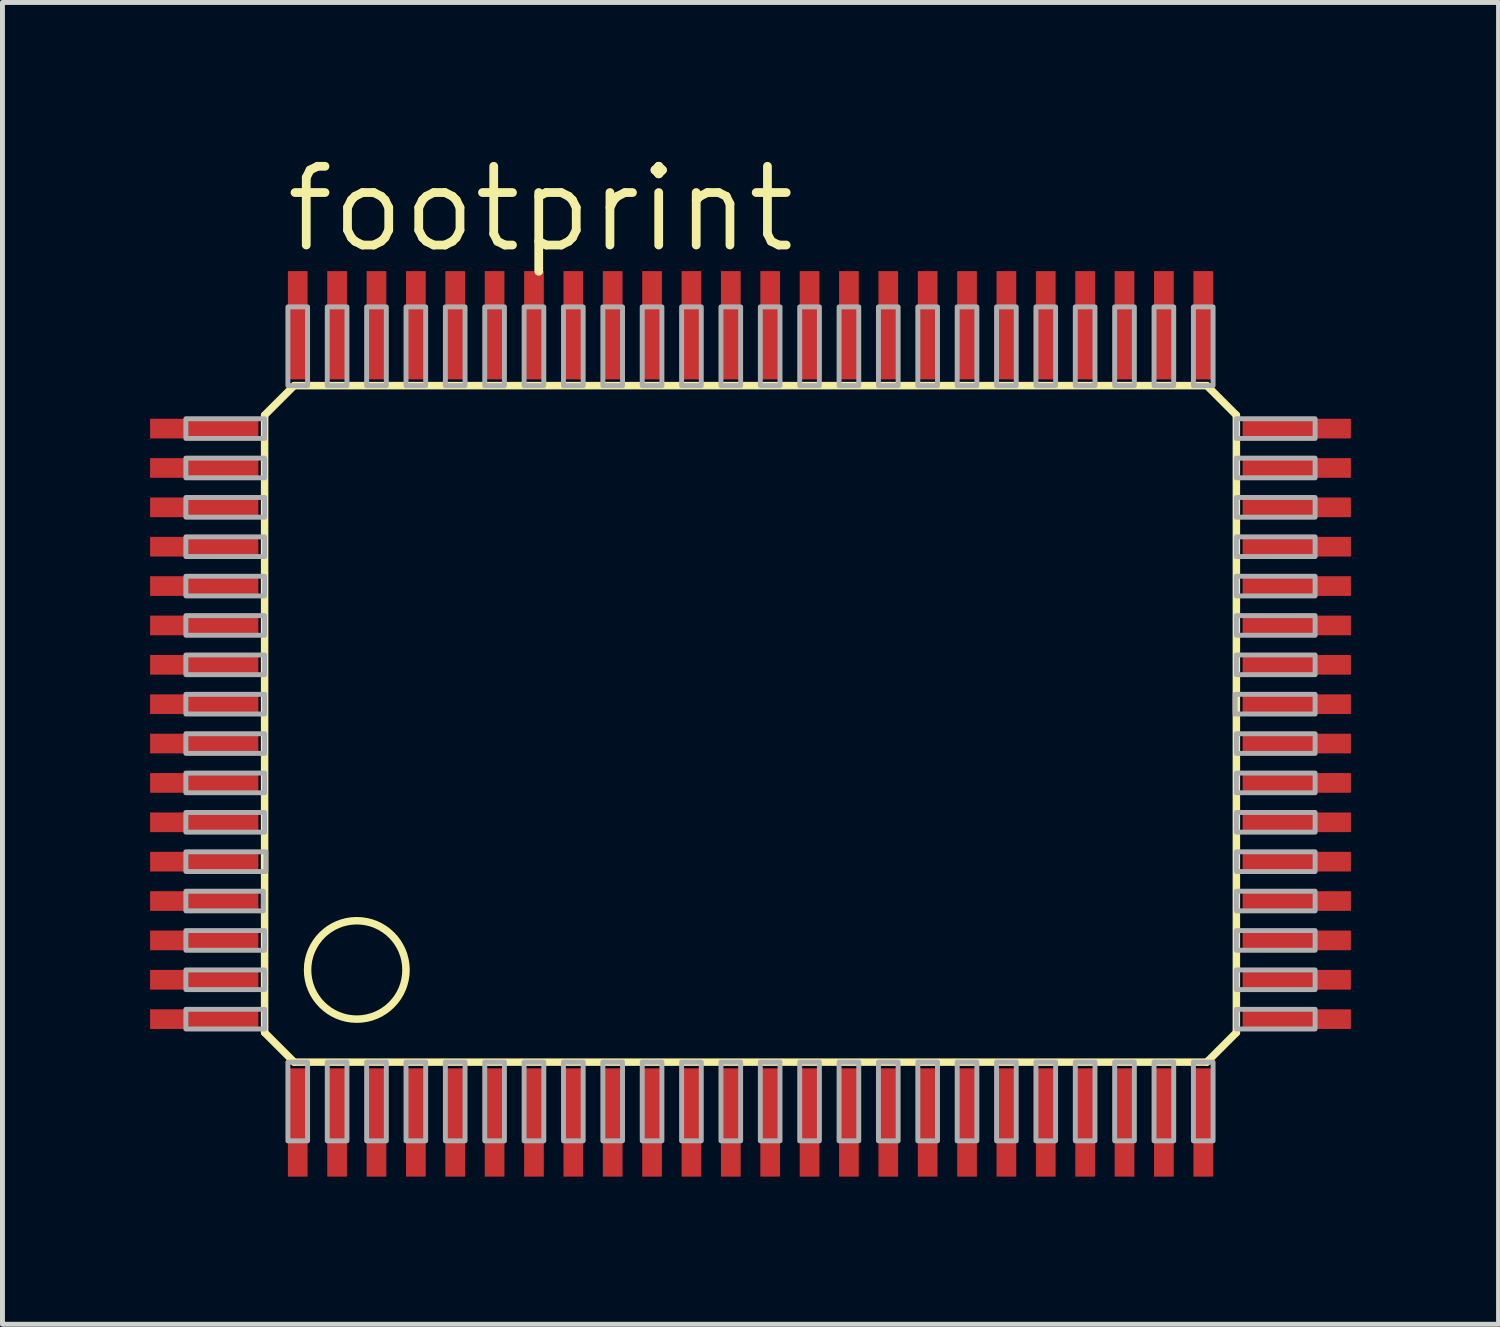
<source format=kicad_pcb>
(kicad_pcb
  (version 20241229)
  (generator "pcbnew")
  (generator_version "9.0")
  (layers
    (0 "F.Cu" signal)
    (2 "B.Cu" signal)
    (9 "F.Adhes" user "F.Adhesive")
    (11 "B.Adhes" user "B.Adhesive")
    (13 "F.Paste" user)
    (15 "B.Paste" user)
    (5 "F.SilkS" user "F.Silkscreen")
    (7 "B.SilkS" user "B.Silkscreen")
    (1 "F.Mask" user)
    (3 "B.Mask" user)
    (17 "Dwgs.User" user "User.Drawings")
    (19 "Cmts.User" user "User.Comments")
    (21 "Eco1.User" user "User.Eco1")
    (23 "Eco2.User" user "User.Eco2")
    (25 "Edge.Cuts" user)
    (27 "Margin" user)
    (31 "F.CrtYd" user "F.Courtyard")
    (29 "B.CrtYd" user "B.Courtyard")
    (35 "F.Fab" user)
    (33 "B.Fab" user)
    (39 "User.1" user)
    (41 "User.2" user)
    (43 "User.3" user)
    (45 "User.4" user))
  (footprint "footprint"
    (layer "F.Cu")
    (at 12.2 11.659)
    (property "Reference" "footprint" (at -9.525 -9.525 0) (layer "F.SilkS") (effects (font (size 1.6 1.6) (thickness 0.178)) (justify left bottom)))
    (fp_line (start -9.873 -6.273) (end -9.273 -6.873) (stroke (width 0.152) (type solid)) (layer "F.SilkS"))
    (fp_line (start -9.873 6.273) (end -9.873 -6.273) (stroke (width 0.152) (type solid)) (layer "F.SilkS"))
    (fp_line (start -9.273 -6.873) (end 9.273 -6.873) (stroke (width 0.152) (type solid)) (layer "F.SilkS"))
    (fp_line (start -9.273 6.873) (end -9.873 6.273) (stroke (width 0.152) (type solid)) (layer "F.SilkS"))
    (fp_line (start 9.273 -6.873) (end 9.873 -6.273) (stroke (width 0.152) (type solid)) (layer "F.SilkS"))
    (fp_line (start 9.273 6.873) (end -9.273 6.873) (stroke (width 0.152) (type solid)) (layer "F.SilkS"))
    (fp_line (start 9.873 -6.273) (end 9.873 6.273) (stroke (width 0.152) (type solid)) (layer "F.SilkS"))
    (fp_line (start 9.873 6.273) (end 9.273 6.873) (stroke (width 0.152) (type solid)) (layer "F.SilkS"))
    (fp_circle (center -8 5) (end -7 5) (stroke (width 0.152) (type solid)) (fill no) (layer "F.SilkS"))
    (fp_poly (pts (xy -11.473 -5.8) (xy -9.873 -5.8) (xy -9.873 -6.2) (xy -11.473 -6.2)) (stroke (width 0.1) (type solid)) (fill no) (layer "F.Fab"))
    (fp_poly (pts (xy -11.473 -5) (xy -9.873 -5) (xy -9.873 -5.4) (xy -11.473 -5.4)) (stroke (width 0.1) (type solid)) (fill no) (layer "F.Fab"))
    (fp_poly (pts (xy -11.473 -4.2) (xy -9.873 -4.2) (xy -9.873 -4.6) (xy -11.473 -4.6)) (stroke (width 0.1) (type solid)) (fill no) (layer "F.Fab"))
    (fp_poly (pts (xy -11.473 -3.4) (xy -9.873 -3.4) (xy -9.873 -3.8) (xy -11.473 -3.8)) (stroke (width 0.1) (type solid)) (fill no) (layer "F.Fab"))
    (fp_poly (pts (xy -11.473 -2.6) (xy -9.873 -2.6) (xy -9.873 -3) (xy -11.473 -3)) (stroke (width 0.1) (type solid)) (fill no) (layer "F.Fab"))
    (fp_poly (pts (xy -11.473 -1.8) (xy -9.873 -1.8) (xy -9.873 -2.2) (xy -11.473 -2.2)) (stroke (width 0.1) (type solid)) (fill no) (layer "F.Fab"))
    (fp_poly (pts (xy -11.473 -1) (xy -9.873 -1) (xy -9.873 -1.4) (xy -11.473 -1.4)) (stroke (width 0.1) (type solid)) (fill no) (layer "F.Fab"))
    (fp_poly (pts (xy -11.473 -0.2) (xy -9.873 -0.2) (xy -9.873 -0.6) (xy -11.473 -0.6)) (stroke (width 0.1) (type solid)) (fill no) (layer "F.Fab"))
    (fp_poly (pts (xy -11.473 0.6) (xy -9.873 0.6) (xy -9.873 0.2) (xy -11.473 0.2)) (stroke (width 0.1) (type solid)) (fill no) (layer "F.Fab"))
    (fp_poly (pts (xy -11.473 1.4) (xy -9.873 1.4) (xy -9.873 1) (xy -11.473 1)) (stroke (width 0.1) (type solid)) (fill no) (layer "F.Fab"))
    (fp_poly (pts (xy -11.473 2.2) (xy -9.873 2.2) (xy -9.873 1.8) (xy -11.473 1.8)) (stroke (width 0.1) (type solid)) (fill no) (layer "F.Fab"))
    (fp_poly (pts (xy -11.473 3) (xy -9.848 3) (xy -9.848 2.6) (xy -11.473 2.6)) (stroke (width 0.1) (type solid)) (fill no) (layer "F.Fab"))
    (fp_poly (pts (xy -11.473 3.8) (xy -9.898 3.8) (xy -9.898 3.4) (xy -11.473 3.4)) (stroke (width 0.1) (type solid)) (fill no) (layer "F.Fab"))
    (fp_poly (pts (xy -11.473 4.6) (xy -9.873 4.6) (xy -9.873 4.2) (xy -11.473 4.2)) (stroke (width 0.1) (type solid)) (fill no) (layer "F.Fab"))
    (fp_poly (pts (xy -11.473 5.4) (xy -9.873 5.4) (xy -9.873 5) (xy -11.473 5)) (stroke (width 0.1) (type solid)) (fill no) (layer "F.Fab"))
    (fp_poly (pts (xy -11.473 6.2) (xy -9.873 6.2) (xy -9.873 5.8) (xy -11.473 5.8)) (stroke (width 0.1) (type solid)) (fill no) (layer "F.Fab"))
    (fp_poly (pts (xy -9.4 -6.873) (xy -9 -6.873) (xy -9 -8.473) (xy -9.4 -8.473)) (stroke (width 0.1) (type solid)) (fill no) (layer "F.Fab"))
    (fp_poly (pts (xy -9.4 8.473) (xy -9 8.473) (xy -9 6.873) (xy -9.4 6.873)) (stroke (width 0.1) (type solid)) (fill no) (layer "F.Fab"))
    (fp_poly (pts (xy -8.6 -6.873) (xy -8.2 -6.873) (xy -8.2 -8.473) (xy -8.6 -8.473)) (stroke (width 0.1) (type solid)) (fill no) (layer "F.Fab"))
    (fp_poly (pts (xy -8.6 8.473) (xy -8.2 8.473) (xy -8.2 6.873) (xy -8.6 6.873)) (stroke (width 0.1) (type solid)) (fill no) (layer "F.Fab"))
    (fp_poly (pts (xy -7.8 -6.873) (xy -7.4 -6.873) (xy -7.4 -8.473) (xy -7.8 -8.473)) (stroke (width 0.1) (type solid)) (fill no) (layer "F.Fab"))
    (fp_poly (pts (xy -7.8 8.473) (xy -7.4 8.473) (xy -7.4 6.873) (xy -7.8 6.873)) (stroke (width 0.1) (type solid)) (fill no) (layer "F.Fab"))
    (fp_poly (pts (xy -7 -6.873) (xy -6.6 -6.873) (xy -6.6 -8.473) (xy -7 -8.473)) (stroke (width 0.1) (type solid)) (fill no) (layer "F.Fab"))
    (fp_poly (pts (xy -7 8.473) (xy -6.6 8.473) (xy -6.6 6.873) (xy -7 6.873)) (stroke (width 0.1) (type solid)) (fill no) (layer "F.Fab"))
    (fp_poly (pts (xy -6.2 -6.873) (xy -5.8 -6.873) (xy -5.8 -8.473) (xy -6.2 -8.473)) (stroke (width 0.1) (type solid)) (fill no) (layer "F.Fab"))
    (fp_poly (pts (xy -6.2 8.473) (xy -5.8 8.473) (xy -5.8 6.873) (xy -6.2 6.873)) (stroke (width 0.1) (type solid)) (fill no) (layer "F.Fab"))
    (fp_poly (pts (xy -5.4 -6.873) (xy -5 -6.873) (xy -5 -8.473) (xy -5.4 -8.473)) (stroke (width 0.1) (type solid)) (fill no) (layer "F.Fab"))
    (fp_poly (pts (xy -5.4 8.473) (xy -5 8.473) (xy -5 6.873) (xy -5.4 6.873)) (stroke (width 0.1) (type solid)) (fill no) (layer "F.Fab"))
    (fp_poly (pts (xy -4.6 -6.873) (xy -4.2 -6.873) (xy -4.2 -8.473) (xy -4.6 -8.473)) (stroke (width 0.1) (type solid)) (fill no) (layer "F.Fab"))
    (fp_poly (pts (xy -4.6 8.473) (xy -4.2 8.473) (xy -4.2 6.873) (xy -4.6 6.873)) (stroke (width 0.1) (type solid)) (fill no) (layer "F.Fab"))
    (fp_poly (pts (xy -3.8 -6.873) (xy -3.4 -6.873) (xy -3.4 -8.473) (xy -3.8 -8.473)) (stroke (width 0.1) (type solid)) (fill no) (layer "F.Fab"))
    (fp_poly (pts (xy -3.8 8.473) (xy -3.4 8.473) (xy -3.4 6.873) (xy -3.8 6.873)) (stroke (width 0.1) (type solid)) (fill no) (layer "F.Fab"))
    (fp_poly (pts (xy -3 -6.873) (xy -2.6 -6.873) (xy -2.6 -8.473) (xy -3 -8.473)) (stroke (width 0.1) (type solid)) (fill no) (layer "F.Fab"))
    (fp_poly (pts (xy -3 8.473) (xy -2.6 8.473) (xy -2.6 6.873) (xy -3 6.873)) (stroke (width 0.1) (type solid)) (fill no) (layer "F.Fab"))
    (fp_poly (pts (xy -2.2 -6.873) (xy -1.8 -6.873) (xy -1.8 -8.473) (xy -2.2 -8.473)) (stroke (width 0.1) (type solid)) (fill no) (layer "F.Fab"))
    (fp_poly (pts (xy -2.2 8.473) (xy -1.8 8.473) (xy -1.8 6.873) (xy -2.2 6.873)) (stroke (width 0.1) (type solid)) (fill no) (layer "F.Fab"))
    (fp_poly (pts (xy -1.4 -6.873) (xy -1 -6.873) (xy -1 -8.473) (xy -1.4 -8.473)) (stroke (width 0.1) (type solid)) (fill no) (layer "F.Fab"))
    (fp_poly (pts (xy -1.4 8.473) (xy -1 8.473) (xy -1 6.873) (xy -1.4 6.873)) (stroke (width 0.1) (type solid)) (fill no) (layer "F.Fab"))
    (fp_poly (pts (xy -0.6 -6.873) (xy -0.2 -6.873) (xy -0.2 -8.473) (xy -0.6 -8.473)) (stroke (width 0.1) (type solid)) (fill no) (layer "F.Fab"))
    (fp_poly (pts (xy -0.6 8.473) (xy -0.2 8.473) (xy -0.2 6.873) (xy -0.6 6.873)) (stroke (width 0.1) (type solid)) (fill no) (layer "F.Fab"))
    (fp_poly (pts (xy 0.2 -6.873) (xy 0.6 -6.873) (xy 0.6 -8.473) (xy 0.2 -8.473)) (stroke (width 0.1) (type solid)) (fill no) (layer "F.Fab"))
    (fp_poly (pts (xy 0.2 8.473) (xy 0.6 8.473) (xy 0.6 6.873) (xy 0.2 6.873)) (stroke (width 0.1) (type solid)) (fill no) (layer "F.Fab"))
    (fp_poly (pts (xy 1 -6.873) (xy 1.4 -6.873) (xy 1.4 -8.473) (xy 1 -8.473)) (stroke (width 0.1) (type solid)) (fill no) (layer "F.Fab"))
    (fp_poly (pts (xy 1 8.473) (xy 1.4 8.473) (xy 1.4 6.873) (xy 1 6.873)) (stroke (width 0.1) (type solid)) (fill no) (layer "F.Fab"))
    (fp_poly (pts (xy 1.8 -6.873) (xy 2.2 -6.873) (xy 2.2 -8.473) (xy 1.8 -8.473)) (stroke (width 0.1) (type solid)) (fill no) (layer "F.Fab"))
    (fp_poly (pts (xy 1.8 8.473) (xy 2.2 8.473) (xy 2.2 6.873) (xy 1.8 6.873)) (stroke (width 0.1) (type solid)) (fill no) (layer "F.Fab"))
    (fp_poly (pts (xy 2.6 -6.873) (xy 3 -6.873) (xy 3 -8.473) (xy 2.6 -8.473)) (stroke (width 0.1) (type solid)) (fill no) (layer "F.Fab"))
    (fp_poly (pts (xy 2.6 8.473) (xy 3 8.473) (xy 3 6.873) (xy 2.6 6.873)) (stroke (width 0.1) (type solid)) (fill no) (layer "F.Fab"))
    (fp_poly (pts (xy 3.4 -6.873) (xy 3.8 -6.873) (xy 3.8 -8.473) (xy 3.4 -8.473)) (stroke (width 0.1) (type solid)) (fill no) (layer "F.Fab"))
    (fp_poly (pts (xy 3.4 8.473) (xy 3.8 8.473) (xy 3.8 6.873) (xy 3.4 6.873)) (stroke (width 0.1) (type solid)) (fill no) (layer "F.Fab"))
    (fp_poly (pts (xy 4.2 -6.873) (xy 4.6 -6.873) (xy 4.6 -8.473) (xy 4.2 -8.473)) (stroke (width 0.1) (type solid)) (fill no) (layer "F.Fab"))
    (fp_poly (pts (xy 4.2 8.473) (xy 4.6 8.473) (xy 4.6 6.873) (xy 4.2 6.873)) (stroke (width 0.1) (type solid)) (fill no) (layer "F.Fab"))
    (fp_poly (pts (xy 5 -6.873) (xy 5.4 -6.873) (xy 5.4 -8.473) (xy 5 -8.473)) (stroke (width 0.1) (type solid)) (fill no) (layer "F.Fab"))
    (fp_poly (pts (xy 5 8.473) (xy 5.4 8.473) (xy 5.4 6.873) (xy 5 6.873)) (stroke (width 0.1) (type solid)) (fill no) (layer "F.Fab"))
    (fp_poly (pts (xy 5.8 -6.873) (xy 6.2 -6.873) (xy 6.2 -8.473) (xy 5.8 -8.473)) (stroke (width 0.1) (type solid)) (fill no) (layer "F.Fab"))
    (fp_poly (pts (xy 5.8 8.473) (xy 6.2 8.473) (xy 6.2 6.873) (xy 5.8 6.873)) (stroke (width 0.1) (type solid)) (fill no) (layer "F.Fab"))
    (fp_poly (pts (xy 6.6 -6.873) (xy 7 -6.873) (xy 7 -8.473) (xy 6.6 -8.473)) (stroke (width 0.1) (type solid)) (fill no) (layer "F.Fab"))
    (fp_poly (pts (xy 6.6 8.473) (xy 7 8.473) (xy 7 6.873) (xy 6.6 6.873)) (stroke (width 0.1) (type solid)) (fill no) (layer "F.Fab"))
    (fp_poly (pts (xy 7.4 -6.873) (xy 7.8 -6.873) (xy 7.8 -8.473) (xy 7.4 -8.473)) (stroke (width 0.1) (type solid)) (fill no) (layer "F.Fab"))
    (fp_poly (pts (xy 7.4 8.473) (xy 7.8 8.473) (xy 7.8 6.873) (xy 7.4 6.873)) (stroke (width 0.1) (type solid)) (fill no) (layer "F.Fab"))
    (fp_poly (pts (xy 8.2 -6.873) (xy 8.6 -6.873) (xy 8.6 -8.473) (xy 8.2 -8.473)) (stroke (width 0.1) (type solid)) (fill no) (layer "F.Fab"))
    (fp_poly (pts (xy 8.2 8.473) (xy 8.6 8.473) (xy 8.6 6.873) (xy 8.2 6.873)) (stroke (width 0.1) (type solid)) (fill no) (layer "F.Fab"))
    (fp_poly (pts (xy 9 -6.873) (xy 9.4 -6.873) (xy 9.4 -8.473) (xy 9 -8.473)) (stroke (width 0.1) (type solid)) (fill no) (layer "F.Fab"))
    (fp_poly (pts (xy 9 8.473) (xy 9.4 8.473) (xy 9.4 6.873) (xy 9 6.873)) (stroke (width 0.1) (type solid)) (fill no) (layer "F.Fab"))
    (fp_poly (pts (xy 9.848 -0.2) (xy 11.473 -0.2) (xy 11.473 -0.6) (xy 9.848 -0.6)) (stroke (width 0.1) (type solid)) (fill no) (layer "F.Fab"))
    (fp_poly (pts (xy 9.873 -5.8) (xy 11.473 -5.8) (xy 11.473 -6.2) (xy 9.873 -6.2)) (stroke (width 0.1) (type solid)) (fill no) (layer "F.Fab"))
    (fp_poly (pts (xy 9.873 -5) (xy 11.473 -5) (xy 11.473 -5.4) (xy 9.873 -5.4)) (stroke (width 0.1) (type solid)) (fill no) (layer "F.Fab"))
    (fp_poly (pts (xy 9.873 -4.2) (xy 11.473 -4.2) (xy 11.473 -4.6) (xy 9.873 -4.6)) (stroke (width 0.1) (type solid)) (fill no) (layer "F.Fab"))
    (fp_poly (pts (xy 9.873 -3.4) (xy 11.473 -3.4) (xy 11.473 -3.8) (xy 9.873 -3.8)) (stroke (width 0.1) (type solid)) (fill no) (layer "F.Fab"))
    (fp_poly (pts (xy 9.873 -2.6) (xy 11.473 -2.6) (xy 11.473 -3) (xy 9.873 -3)) (stroke (width 0.1) (type solid)) (fill no) (layer "F.Fab"))
    (fp_poly (pts (xy 9.873 -1.8) (xy 11.473 -1.8) (xy 11.473 -2.2) (xy 9.873 -2.2)) (stroke (width 0.1) (type solid)) (fill no) (layer "F.Fab"))
    (fp_poly (pts (xy 9.873 -1) (xy 11.473 -1) (xy 11.473 -1.4) (xy 9.873 -1.4)) (stroke (width 0.1) (type solid)) (fill no) (layer "F.Fab"))
    (fp_poly (pts (xy 9.873 0.6) (xy 11.473 0.6) (xy 11.473 0.2) (xy 9.873 0.2)) (stroke (width 0.1) (type solid)) (fill no) (layer "F.Fab"))
    (fp_poly (pts (xy 9.873 1.4) (xy 11.473 1.4) (xy 11.473 1) (xy 9.873 1)) (stroke (width 0.1) (type solid)) (fill no) (layer "F.Fab"))
    (fp_poly (pts (xy 9.873 2.2) (xy 11.473 2.2) (xy 11.473 1.8) (xy 9.873 1.8)) (stroke (width 0.1) (type solid)) (fill no) (layer "F.Fab"))
    (fp_poly (pts (xy 9.873 3) (xy 11.473 3) (xy 11.473 2.6) (xy 9.873 2.6)) (stroke (width 0.1) (type solid)) (fill no) (layer "F.Fab"))
    (fp_poly (pts (xy 9.873 3.8) (xy 11.473 3.8) (xy 11.473 3.4) (xy 9.873 3.4)) (stroke (width 0.1) (type solid)) (fill no) (layer "F.Fab"))
    (fp_poly (pts (xy 9.873 4.6) (xy 11.473 4.6) (xy 11.473 4.2) (xy 9.873 4.2)) (stroke (width 0.1) (type solid)) (fill no) (layer "F.Fab"))
    (fp_poly (pts (xy 9.873 5.4) (xy 11.473 5.4) (xy 11.473 5) (xy 9.873 5)) (stroke (width 0.1) (type solid)) (fill no) (layer "F.Fab"))
    (fp_poly (pts (xy 9.873 6.2) (xy 11.473 6.2) (xy 11.473 5.8) (xy 9.873 5.8)) (stroke (width 0.1) (type solid)) (fill no) (layer "F.Fab"))
    (pad "1" smd rect (at -9.2 8.1) (size 0.4 2.2) (layers "F.Cu" "F.Mask" "F.Paste"))
    (pad "2" smd rect (at -8.4 8.1) (size 0.4 2.2) (layers "F.Cu" "F.Mask" "F.Paste"))
    (pad "3" smd rect (at -7.6 8.1) (size 0.4 2.2) (layers "F.Cu" "F.Mask" "F.Paste"))
    (pad "4" smd rect (at -6.8 8.1) (size 0.4 2.2) (layers "F.Cu" "F.Mask" "F.Paste"))
    (pad "5" smd rect (at -6 8.1) (size 0.4 2.2) (layers "F.Cu" "F.Mask" "F.Paste"))
    (pad "6" smd rect (at -5.2 8.1) (size 0.4 2.2) (layers "F.Cu" "F.Mask" "F.Paste"))
    (pad "7" smd rect (at -4.4 8.1) (size 0.4 2.2) (layers "F.Cu" "F.Mask" "F.Paste"))
    (pad "8" smd rect (at -3.6 8.1) (size 0.4 2.2) (layers "F.Cu" "F.Mask" "F.Paste"))
    (pad "9" smd rect (at -2.8 8.1) (size 0.4 2.2) (layers "F.Cu" "F.Mask" "F.Paste"))
    (pad "10" smd rect (at -2 8.1) (size 0.4 2.2) (layers "F.Cu" "F.Mask" "F.Paste"))
    (pad "11" smd rect (at -1.2 8.1) (size 0.4 2.2) (layers "F.Cu" "F.Mask" "F.Paste"))
    (pad "12" smd rect (at -0.4 8.1) (size 0.4 2.2) (layers "F.Cu" "F.Mask" "F.Paste"))
    (pad "13" smd rect (at 0.4 8.1) (size 0.4 2.2) (layers "F.Cu" "F.Mask" "F.Paste"))
    (pad "14" smd rect (at 1.2 8.1) (size 0.4 2.2) (layers "F.Cu" "F.Mask" "F.Paste"))
    (pad "15" smd rect (at 2 8.1) (size 0.4 2.2) (layers "F.Cu" "F.Mask" "F.Paste"))
    (pad "16" smd rect (at 2.8 8.1) (size 0.4 2.2) (layers "F.Cu" "F.Mask" "F.Paste"))
    (pad "17" smd rect (at 3.6 8.1) (size 0.4 2.2) (layers "F.Cu" "F.Mask" "F.Paste"))
    (pad "18" smd rect (at 4.4 8.1) (size 0.4 2.2) (layers "F.Cu" "F.Mask" "F.Paste"))
    (pad "19" smd rect (at 5.2 8.1) (size 0.4 2.2) (layers "F.Cu" "F.Mask" "F.Paste"))
    (pad "20" smd rect (at 6 8.1) (size 0.4 2.2) (layers "F.Cu" "F.Mask" "F.Paste"))
    (pad "21" smd rect (at 6.8 8.1) (size 0.4 2.2) (layers "F.Cu" "F.Mask" "F.Paste"))
    (pad "22" smd rect (at 7.6 8.1) (size 0.4 2.2) (layers "F.Cu" "F.Mask" "F.Paste"))
    (pad "23" smd rect (at 8.4 8.1) (size 0.4 2.2) (layers "F.Cu" "F.Mask" "F.Paste"))
    (pad "24" smd rect (at 9.2 8.1) (size 0.4 2.2) (layers "F.Cu" "F.Mask" "F.Paste"))
    (pad "25" smd rect (at 11.1 6) (size 2.2 0.4) (layers "F.Cu" "F.Mask" "F.Paste"))
    (pad "26" smd rect (at 11.1 5.2) (size 2.2 0.4) (layers "F.Cu" "F.Mask" "F.Paste"))
    (pad "27" smd rect (at 11.1 4.4) (size 2.2 0.4) (layers "F.Cu" "F.Mask" "F.Paste"))
    (pad "28" smd rect (at 11.1 3.6) (size 2.2 0.4) (layers "F.Cu" "F.Mask" "F.Paste"))
    (pad "29" smd rect (at 11.1 2.8) (size 2.2 0.4) (layers "F.Cu" "F.Mask" "F.Paste"))
    (pad "30" smd rect (at 11.1 2) (size 2.2 0.4) (layers "F.Cu" "F.Mask" "F.Paste"))
    (pad "31" smd rect (at 11.1 1.2) (size 2.2 0.4) (layers "F.Cu" "F.Mask" "F.Paste"))
    (pad "32" smd rect (at 11.1 0.4) (size 2.2 0.4) (layers "F.Cu" "F.Mask" "F.Paste"))
    (pad "33" smd rect (at 11.1 -0.4) (size 2.2 0.4) (layers "F.Cu" "F.Mask" "F.Paste"))
    (pad "34" smd rect (at 11.1 -1.2) (size 2.2 0.4) (layers "F.Cu" "F.Mask" "F.Paste"))
    (pad "35" smd rect (at 11.1 -2) (size 2.2 0.4) (layers "F.Cu" "F.Mask" "F.Paste"))
    (pad "36" smd rect (at 11.1 -2.8) (size 2.2 0.4) (layers "F.Cu" "F.Mask" "F.Paste"))
    (pad "37" smd rect (at 11.1 -3.6) (size 2.2 0.4) (layers "F.Cu" "F.Mask" "F.Paste"))
    (pad "38" smd rect (at 11.1 -4.4) (size 2.2 0.4) (layers "F.Cu" "F.Mask" "F.Paste"))
    (pad "39" smd rect (at 11.1 -5.2) (size 2.2 0.4) (layers "F.Cu" "F.Mask" "F.Paste"))
    (pad "40" smd rect (at 11.1 -6) (size 2.2 0.4) (layers "F.Cu" "F.Mask" "F.Paste"))
    (pad "41" smd rect (at 9.2 -8.1) (size 0.4 2.2) (layers "F.Cu" "F.Mask" "F.Paste"))
    (pad "42" smd rect (at 8.4 -8.1) (size 0.4 2.2) (layers "F.Cu" "F.Mask" "F.Paste"))
    (pad "43" smd rect (at 7.6 -8.1) (size 0.4 2.2) (layers "F.Cu" "F.Mask" "F.Paste"))
    (pad "44" smd rect (at 6.8 -8.1) (size 0.4 2.2) (layers "F.Cu" "F.Mask" "F.Paste"))
    (pad "45" smd rect (at 6 -8.1) (size 0.4 2.2) (layers "F.Cu" "F.Mask" "F.Paste"))
    (pad "46" smd rect (at 5.2 -8.1) (size 0.4 2.2) (layers "F.Cu" "F.Mask" "F.Paste"))
    (pad "47" smd rect (at 4.4 -8.1) (size 0.4 2.2) (layers "F.Cu" "F.Mask" "F.Paste"))
    (pad "48" smd rect (at 3.6 -8.1) (size 0.4 2.2) (layers "F.Cu" "F.Mask" "F.Paste"))
    (pad "49" smd rect (at 2.8 -8.1) (size 0.4 2.2) (layers "F.Cu" "F.Mask" "F.Paste"))
    (pad "50" smd rect (at 2 -8.1) (size 0.4 2.2) (layers "F.Cu" "F.Mask" "F.Paste"))
    (pad "51" smd rect (at 1.2 -8.1) (size 0.4 2.2) (layers "F.Cu" "F.Mask" "F.Paste"))
    (pad "52" smd rect (at 0.4 -8.1) (size 0.4 2.2) (layers "F.Cu" "F.Mask" "F.Paste"))
    (pad "53" smd rect (at -0.4 -8.1) (size 0.4 2.2) (layers "F.Cu" "F.Mask" "F.Paste"))
    (pad "54" smd rect (at -1.2 -8.1) (size 0.4 2.2) (layers "F.Cu" "F.Mask" "F.Paste"))
    (pad "55" smd rect (at -2 -8.1) (size 0.4 2.2) (layers "F.Cu" "F.Mask" "F.Paste"))
    (pad "56" smd rect (at -2.8 -8.1) (size 0.4 2.2) (layers "F.Cu" "F.Mask" "F.Paste"))
    (pad "57" smd rect (at -3.6 -8.1) (size 0.4 2.2) (layers "F.Cu" "F.Mask" "F.Paste"))
    (pad "58" smd rect (at -4.4 -8.1) (size 0.4 2.2) (layers "F.Cu" "F.Mask" "F.Paste"))
    (pad "59" smd rect (at -5.2 -8.1) (size 0.4 2.2) (layers "F.Cu" "F.Mask" "F.Paste"))
    (pad "60" smd rect (at -6 -8.1) (size 0.4 2.2) (layers "F.Cu" "F.Mask" "F.Paste"))
    (pad "61" smd rect (at -6.8 -8.1) (size 0.4 2.2) (layers "F.Cu" "F.Mask" "F.Paste"))
    (pad "62" smd rect (at -7.6 -8.1) (size 0.4 2.2) (layers "F.Cu" "F.Mask" "F.Paste"))
    (pad "63" smd rect (at -8.4 -8.1) (size 0.4 2.2) (layers "F.Cu" "F.Mask" "F.Paste"))
    (pad "64" smd rect (at -9.2 -8.1) (size 0.4 2.2) (layers "F.Cu" "F.Mask" "F.Paste"))
    (pad "65" smd rect (at -11.1 -6) (size 2.2 0.4) (layers "F.Cu" "F.Mask" "F.Paste"))
    (pad "66" smd rect (at -11.1 -5.2) (size 2.2 0.4) (layers "F.Cu" "F.Mask" "F.Paste"))
    (pad "67" smd rect (at -11.1 -4.4) (size 2.2 0.4) (layers "F.Cu" "F.Mask" "F.Paste"))
    (pad "68" smd rect (at -11.1 -3.6) (size 2.2 0.4) (layers "F.Cu" "F.Mask" "F.Paste"))
    (pad "69" smd rect (at -11.1 -2.8) (size 2.2 0.4) (layers "F.Cu" "F.Mask" "F.Paste"))
    (pad "70" smd rect (at -11.1 -2) (size 2.2 0.4) (layers "F.Cu" "F.Mask" "F.Paste"))
    (pad "71" smd rect (at -11.1 -1.2) (size 2.2 0.4) (layers "F.Cu" "F.Mask" "F.Paste"))
    (pad "72" smd rect (at -11.1 -0.4) (size 2.2 0.4) (layers "F.Cu" "F.Mask" "F.Paste"))
    (pad "73" smd rect (at -11.1 0.4) (size 2.2 0.4) (layers "F.Cu" "F.Mask" "F.Paste"))
    (pad "74" smd rect (at -11.1 1.2) (size 2.2 0.4) (layers "F.Cu" "F.Mask" "F.Paste"))
    (pad "75" smd rect (at -11.1 2) (size 2.2 0.4) (layers "F.Cu" "F.Mask" "F.Paste"))
    (pad "76" smd rect (at -11.1 2.8) (size 2.2 0.4) (layers "F.Cu" "F.Mask" "F.Paste"))
    (pad "77" smd rect (at -11.1 3.6) (size 2.2 0.4) (layers "F.Cu" "F.Mask" "F.Paste"))
    (pad "78" smd rect (at -11.1 4.4) (size 2.2 0.4) (layers "F.Cu" "F.Mask" "F.Paste"))
    (pad "79" smd rect (at -11.1 5.2) (size 2.2 0.4) (layers "F.Cu" "F.Mask" "F.Paste"))
    (pad "80" smd rect (at -11.1 6) (size 2.2 0.4) (layers "F.Cu" "F.Mask" "F.Paste")))
  (gr_rect
    (start -3 -3)
    (end 27.4 23.859)
    (stroke (width 0.1) (type default))
    (fill no)
    (layer "Edge.Cuts")))
</source>
